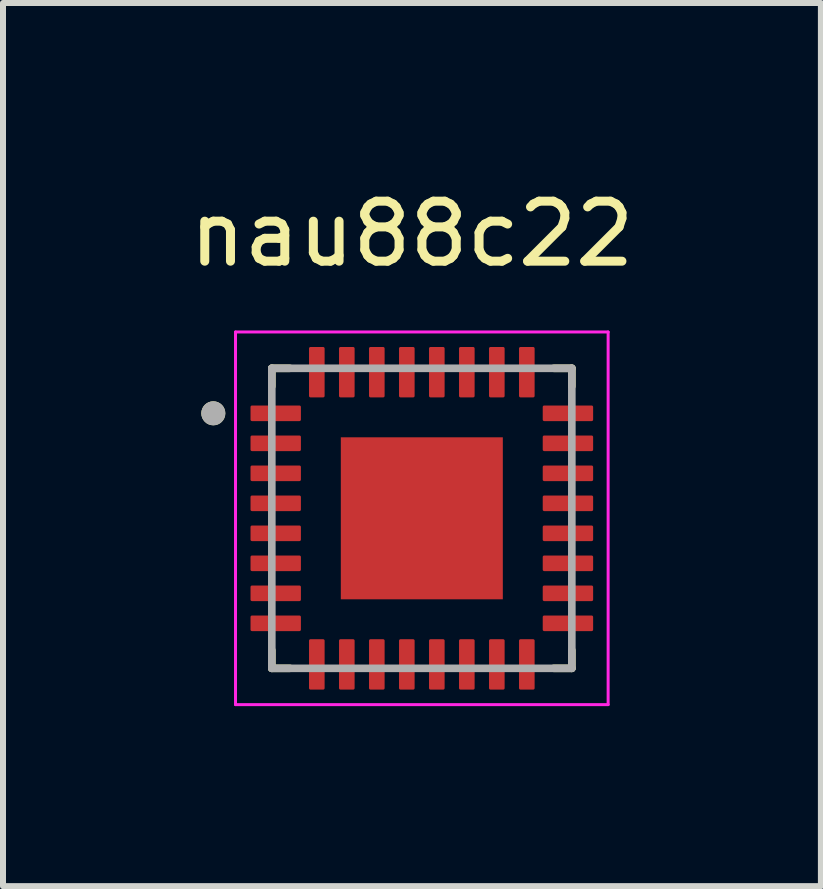
<source format=kicad_pcb>
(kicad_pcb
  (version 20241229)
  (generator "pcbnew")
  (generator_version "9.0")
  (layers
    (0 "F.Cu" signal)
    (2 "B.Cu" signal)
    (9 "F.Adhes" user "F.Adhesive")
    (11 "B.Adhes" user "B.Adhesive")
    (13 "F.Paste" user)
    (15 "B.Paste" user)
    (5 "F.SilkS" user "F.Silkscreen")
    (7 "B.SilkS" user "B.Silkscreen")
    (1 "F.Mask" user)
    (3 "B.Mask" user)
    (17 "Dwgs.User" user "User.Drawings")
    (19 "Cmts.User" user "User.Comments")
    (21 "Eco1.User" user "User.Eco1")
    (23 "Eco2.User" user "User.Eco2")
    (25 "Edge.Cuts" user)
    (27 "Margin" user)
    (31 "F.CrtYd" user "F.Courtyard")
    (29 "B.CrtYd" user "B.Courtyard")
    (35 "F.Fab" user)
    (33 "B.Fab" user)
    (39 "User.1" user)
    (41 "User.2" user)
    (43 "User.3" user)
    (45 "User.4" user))
  (footprint "nau88c22"
    (layer "F.Cu")
    (at 3.98 5.588)
    (property "Reference" "nau88c22" (at -0.165 -4.74 0) (layer "F.SilkS") (effects (font (size 1 1) (thickness 0.15))))
    (attr smd)
    (fp_line (start -2.5 -2.5) (end -2.5 -2.2) (stroke (width 0.127) (type solid)) (layer "F.SilkS"))
    (fp_line (start -2.5 -2.5) (end -2.2 -2.5) (stroke (width 0.127) (type solid)) (layer "F.SilkS"))
    (fp_line (start -2.5 2.5) (end -2.5 2.2) (stroke (width 0.127) (type solid)) (layer "F.SilkS"))
    (fp_line (start -2.5 2.5) (end -2.2 2.5) (stroke (width 0.127) (type solid)) (layer "F.SilkS"))
    (fp_line (start 2.5 -2.5) (end 2.2 -2.5) (stroke (width 0.127) (type solid)) (layer "F.SilkS"))
    (fp_line (start 2.5 -2.5) (end 2.5 -2.2) (stroke (width 0.127) (type solid)) (layer "F.SilkS"))
    (fp_line (start 2.5 2.5) (end 2.2 2.5) (stroke (width 0.127) (type solid)) (layer "F.SilkS"))
    (fp_line (start 2.5 2.5) (end 2.5 2.2) (stroke (width 0.127) (type solid)) (layer "F.SilkS"))
    (fp_circle (center -3.475 -1.75) (end -3.375 -1.75) (stroke (width 0.2) (type solid)) (fill no) (layer "F.SilkS"))
    (fp_poly (pts (xy -0.85 -0.85) (xy 0.85 -0.85) (xy 0.85 0.85) (xy -0.85 0.85)) (stroke (width 0.01) (type solid)) (fill yes) (layer "F.Paste"))
    (fp_line (start -3.105 -3.105) (end 3.105 -3.105) (stroke (width 0.05) (type solid)) (layer "F.CrtYd"))
    (fp_line (start -3.105 3.105) (end -3.105 -3.105) (stroke (width 0.05) (type solid)) (layer "F.CrtYd"))
    (fp_line (start -3.105 3.105) (end 3.105 3.105) (stroke (width 0.05) (type solid)) (layer "F.CrtYd"))
    (fp_line (start 3.105 3.105) (end 3.105 -3.105) (stroke (width 0.05) (type solid)) (layer "F.CrtYd"))
    (fp_line (start -2.5 2.5) (end -2.5 -2.5) (stroke (width 0.127) (type solid)) (layer "F.Fab"))
    (fp_line (start 2.5 -2.5) (end -2.5 -2.5) (stroke (width 0.127) (type solid)) (layer "F.Fab"))
    (fp_line (start 2.5 2.5) (end -2.5 2.5) (stroke (width 0.127) (type solid)) (layer "F.Fab"))
    (fp_line (start 2.5 2.5) (end 2.5 -2.5) (stroke (width 0.127) (type solid)) (layer "F.Fab"))
    (fp_circle (center -3.475 -1.75) (end -3.375 -1.75) (stroke (width 0.2) (type solid)) (fill no) (layer "F.Fab"))
    (pad "1" smd roundrect (at -2.435 -1.75) (size 0.84 0.26) (layers "F.Cu" "F.Mask" "F.Paste") (roundrect_rratio 0.095))
    (pad "2" smd roundrect (at -2.435 -1.25) (size 0.84 0.26) (layers "F.Cu" "F.Mask" "F.Paste") (roundrect_rratio 0.095))
    (pad "3" smd roundrect (at -2.435 -0.75) (size 0.84 0.26) (layers "F.Cu" "F.Mask" "F.Paste") (roundrect_rratio 0.095))
    (pad "4" smd roundrect (at -2.435 -0.25) (size 0.84 0.26) (layers "F.Cu" "F.Mask" "F.Paste") (roundrect_rratio 0.095))
    (pad "5" smd roundrect (at -2.435 0.25) (size 0.84 0.26) (layers "F.Cu" "F.Mask" "F.Paste") (roundrect_rratio 0.095))
    (pad "6" smd roundrect (at -2.435 0.75) (size 0.84 0.26) (layers "F.Cu" "F.Mask" "F.Paste") (roundrect_rratio 0.095))
    (pad "7" smd roundrect (at -2.435 1.25) (size 0.84 0.26) (layers "F.Cu" "F.Mask" "F.Paste") (roundrect_rratio 0.095))
    (pad "8" smd roundrect (at -2.435 1.75) (size 0.84 0.26) (layers "F.Cu" "F.Mask" "F.Paste") (roundrect_rratio 0.095))
    (pad "9" smd roundrect (at -1.75 2.435) (size 0.26 0.84) (layers "F.Cu" "F.Mask" "F.Paste") (roundrect_rratio 0.095))
    (pad "10" smd roundrect (at -1.25 2.435) (size 0.26 0.84) (layers "F.Cu" "F.Mask" "F.Paste") (roundrect_rratio 0.095))
    (pad "11" smd roundrect (at -0.75 2.435) (size 0.26 0.84) (layers "F.Cu" "F.Mask" "F.Paste") (roundrect_rratio 0.095))
    (pad "12" smd roundrect (at -0.25 2.435) (size 0.26 0.84) (layers "F.Cu" "F.Mask" "F.Paste") (roundrect_rratio 0.095))
    (pad "13" smd roundrect (at 0.25 2.435) (size 0.26 0.84) (layers "F.Cu" "F.Mask" "F.Paste") (roundrect_rratio 0.095))
    (pad "14" smd roundrect (at 0.75 2.435) (size 0.26 0.84) (layers "F.Cu" "F.Mask" "F.Paste") (roundrect_rratio 0.095))
    (pad "15" smd roundrect (at 1.25 2.435) (size 0.26 0.84) (layers "F.Cu" "F.Mask" "F.Paste") (roundrect_rratio 0.095))
    (pad "16" smd roundrect (at 1.75 2.435) (size 0.26 0.84) (layers "F.Cu" "F.Mask" "F.Paste") (roundrect_rratio 0.095))
    (pad "17" smd roundrect (at 2.435 1.75) (size 0.84 0.26) (layers "F.Cu" "F.Mask" "F.Paste") (roundrect_rratio 0.095))
    (pad "18" smd roundrect (at 2.435 1.25) (size 0.84 0.26) (layers "F.Cu" "F.Mask" "F.Paste") (roundrect_rratio 0.095))
    (pad "19" smd roundrect (at 2.435 0.75) (size 0.84 0.26) (layers "F.Cu" "F.Mask" "F.Paste") (roundrect_rratio 0.095))
    (pad "20" smd roundrect (at 2.435 0.25) (size 0.84 0.26) (layers "F.Cu" "F.Mask" "F.Paste") (roundrect_rratio 0.095))
    (pad "21" smd roundrect (at 2.435 -0.25) (size 0.84 0.26) (layers "F.Cu" "F.Mask" "F.Paste") (roundrect_rratio 0.095))
    (pad "22" smd roundrect (at 2.435 -0.75) (size 0.84 0.26) (layers "F.Cu" "F.Mask" "F.Paste") (roundrect_rratio 0.095))
    (pad "23" smd roundrect (at 2.435 -1.25) (size 0.84 0.26) (layers "F.Cu" "F.Mask" "F.Paste") (roundrect_rratio 0.095))
    (pad "24" smd roundrect (at 2.435 -1.75) (size 0.84 0.26) (layers "F.Cu" "F.Mask" "F.Paste") (roundrect_rratio 0.095))
    (pad "25" smd roundrect (at 1.75 -2.435) (size 0.26 0.84) (layers "F.Cu" "F.Mask" "F.Paste") (roundrect_rratio 0.095))
    (pad "26" smd roundrect (at 1.25 -2.435) (size 0.26 0.84) (layers "F.Cu" "F.Mask" "F.Paste") (roundrect_rratio 0.095))
    (pad "27" smd roundrect (at 0.75 -2.435) (size 0.26 0.84) (layers "F.Cu" "F.Mask" "F.Paste") (roundrect_rratio 0.095))
    (pad "28" smd roundrect (at 0.25 -2.435) (size 0.26 0.84) (layers "F.Cu" "F.Mask" "F.Paste") (roundrect_rratio 0.095))
    (pad "29" smd roundrect (at -0.25 -2.435) (size 0.26 0.84) (layers "F.Cu" "F.Mask" "F.Paste") (roundrect_rratio 0.095))
    (pad "30" smd roundrect (at -0.75 -2.435) (size 0.26 0.84) (layers "F.Cu" "F.Mask" "F.Paste") (roundrect_rratio 0.095))
    (pad "31" smd roundrect (at -1.25 -2.435) (size 0.26 0.84) (layers "F.Cu" "F.Mask" "F.Paste") (roundrect_rratio 0.095))
    (pad "32" smd roundrect (at -1.75 -2.435) (size 0.26 0.84) (layers "F.Cu" "F.Mask" "F.Paste") (roundrect_rratio 0.095))
    (pad "33" smd rect (at 0 0) (size 2.7 2.7) (layers "F.Cu" "F.Mask")))
  (gr_rect
    (start -3 -3)
    (end 10.631 11.718)
    (stroke (width 0.1) (type default))
    (fill no)
    (layer "Edge.Cuts")))
</source>
